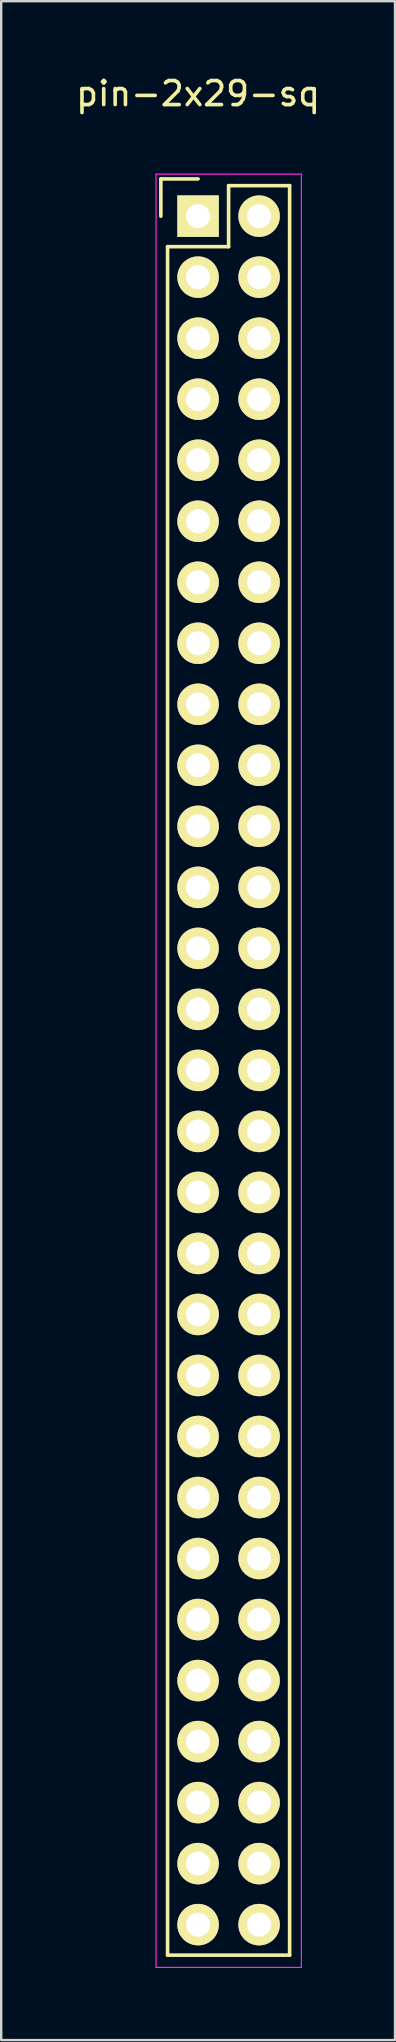
<source format=kicad_pcb>
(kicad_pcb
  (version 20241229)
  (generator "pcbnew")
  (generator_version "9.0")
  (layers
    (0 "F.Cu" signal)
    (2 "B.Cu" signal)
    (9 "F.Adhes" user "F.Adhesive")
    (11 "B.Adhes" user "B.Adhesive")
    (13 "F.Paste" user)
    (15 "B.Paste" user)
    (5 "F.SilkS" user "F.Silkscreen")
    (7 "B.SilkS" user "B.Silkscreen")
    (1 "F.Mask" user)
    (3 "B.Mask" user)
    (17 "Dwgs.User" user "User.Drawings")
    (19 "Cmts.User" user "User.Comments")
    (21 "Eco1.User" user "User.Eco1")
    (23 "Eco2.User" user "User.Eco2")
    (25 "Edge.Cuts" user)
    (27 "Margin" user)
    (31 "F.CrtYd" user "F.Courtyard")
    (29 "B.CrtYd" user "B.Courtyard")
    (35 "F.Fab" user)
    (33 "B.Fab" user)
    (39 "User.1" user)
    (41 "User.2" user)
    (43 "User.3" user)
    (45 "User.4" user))
  (footprint "pin-2x29-sq"
    (layer "F.Cu")
    (at 5.196 5.948)
    (property "Reference" "pin-2x29-sq" (at 0 -5.1 0) (layer "F.SilkS") (effects (font (size 1 1) (thickness 0.15))))
    (attr through_hole)
    (fp_line (start -1.55 -1.55) (end -1.55 0) (stroke (width 0.15) (type solid)) (layer "F.SilkS"))
    (fp_line (start -1.27 1.27) (end -1.27 72.39) (stroke (width 0.15) (type solid)) (layer "F.SilkS"))
    (fp_line (start 0 -1.55) (end -1.55 -1.55) (stroke (width 0.15) (type solid)) (layer "F.SilkS"))
    (fp_line (start 1.27 -1.27) (end 1.27 1.27) (stroke (width 0.15) (type solid)) (layer "F.SilkS"))
    (fp_line (start 1.27 1.27) (end -1.27 1.27) (stroke (width 0.15) (type solid)) (layer "F.SilkS"))
    (fp_line (start 3.81 -1.27) (end 1.27 -1.27) (stroke (width 0.15) (type solid)) (layer "F.SilkS"))
    (fp_line (start 3.81 72.39) (end -1.27 72.39) (stroke (width 0.15) (type solid)) (layer "F.SilkS"))
    (fp_line (start 3.81 72.39) (end 3.81 -1.27) (stroke (width 0.15) (type solid)) (layer "F.SilkS"))
    (fp_line (start -1.75 -1.75) (end -1.75 72.9) (stroke (width 0.05) (type solid)) (layer "F.CrtYd"))
    (fp_line (start -1.75 -1.75) (end 4.3 -1.75) (stroke (width 0.05) (type solid)) (layer "F.CrtYd"))
    (fp_line (start -1.75 72.9) (end 4.3 72.9) (stroke (width 0.05) (type solid)) (layer "F.CrtYd"))
    (fp_line (start 4.3 -1.75) (end 4.3 72.9) (stroke (width 0.05) (type solid)) (layer "F.CrtYd"))
    (pad "1" thru_hole rect (at 0 0) (size 1.727 1.727) (drill 1) (layers "*.Cu" "*.Mask" "F.SilkS"))
    (pad "2" thru_hole oval (at 2.54 0) (size 1.727 1.727) (drill 1) (layers "*.Cu" "*.Mask" "F.SilkS"))
    (pad "3" thru_hole oval (at 0 2.54) (size 1.727 1.727) (drill 1) (layers "*.Cu" "*.Mask" "F.SilkS"))
    (pad "4" thru_hole oval (at 2.54 2.54) (size 1.727 1.727) (drill 1) (layers "*.Cu" "*.Mask" "F.SilkS"))
    (pad "5" thru_hole oval (at 0 5.08) (size 1.727 1.727) (drill 1) (layers "*.Cu" "*.Mask" "F.SilkS"))
    (pad "6" thru_hole oval (at 2.54 5.08) (size 1.727 1.727) (drill 1) (layers "*.Cu" "*.Mask" "F.SilkS"))
    (pad "7" thru_hole oval (at 0 7.62) (size 1.727 1.727) (drill 1) (layers "*.Cu" "*.Mask" "F.SilkS"))
    (pad "8" thru_hole oval (at 2.54 7.62) (size 1.727 1.727) (drill 1) (layers "*.Cu" "*.Mask" "F.SilkS"))
    (pad "9" thru_hole oval (at 0 10.16) (size 1.727 1.727) (drill 1) (layers "*.Cu" "*.Mask" "F.SilkS"))
    (pad "10" thru_hole oval (at 2.54 10.16) (size 1.727 1.727) (drill 1) (layers "*.Cu" "*.Mask" "F.SilkS"))
    (pad "11" thru_hole oval (at 0 12.7) (size 1.727 1.727) (drill 1) (layers "*.Cu" "*.Mask" "F.SilkS"))
    (pad "12" thru_hole oval (at 2.54 12.7) (size 1.727 1.727) (drill 1) (layers "*.Cu" "*.Mask" "F.SilkS"))
    (pad "13" thru_hole oval (at 0 15.24) (size 1.727 1.727) (drill 1) (layers "*.Cu" "*.Mask" "F.SilkS"))
    (pad "14" thru_hole oval (at 2.54 15.24) (size 1.727 1.727) (drill 1) (layers "*.Cu" "*.Mask" "F.SilkS"))
    (pad "15" thru_hole oval (at 0 17.78) (size 1.727 1.727) (drill 1) (layers "*.Cu" "*.Mask" "F.SilkS"))
    (pad "16" thru_hole oval (at 2.54 17.78) (size 1.727 1.727) (drill 1) (layers "*.Cu" "*.Mask" "F.SilkS"))
    (pad "17" thru_hole oval (at 0 20.32) (size 1.727 1.727) (drill 1) (layers "*.Cu" "*.Mask" "F.SilkS"))
    (pad "18" thru_hole oval (at 2.54 20.32) (size 1.727 1.727) (drill 1) (layers "*.Cu" "*.Mask" "F.SilkS"))
    (pad "19" thru_hole oval (at 0 22.86) (size 1.727 1.727) (drill 1) (layers "*.Cu" "*.Mask" "F.SilkS"))
    (pad "20" thru_hole oval (at 2.54 22.86) (size 1.727 1.727) (drill 1) (layers "*.Cu" "*.Mask" "F.SilkS"))
    (pad "21" thru_hole oval (at 0 25.4) (size 1.727 1.727) (drill 1) (layers "*.Cu" "*.Mask" "F.SilkS"))
    (pad "22" thru_hole oval (at 2.54 25.4) (size 1.727 1.727) (drill 1) (layers "*.Cu" "*.Mask" "F.SilkS"))
    (pad "23" thru_hole oval (at 0 27.94) (size 1.727 1.727) (drill 1) (layers "*.Cu" "*.Mask" "F.SilkS"))
    (pad "24" thru_hole oval (at 2.54 27.94) (size 1.727 1.727) (drill 1) (layers "*.Cu" "*.Mask" "F.SilkS"))
    (pad "25" thru_hole oval (at 0 30.48) (size 1.727 1.727) (drill 1) (layers "*.Cu" "*.Mask" "F.SilkS"))
    (pad "26" thru_hole oval (at 2.54 30.48) (size 1.727 1.727) (drill 1) (layers "*.Cu" "*.Mask" "F.SilkS"))
    (pad "27" thru_hole oval (at 0 33.02) (size 1.727 1.727) (drill 1) (layers "*.Cu" "*.Mask" "F.SilkS"))
    (pad "28" thru_hole oval (at 2.54 33.02) (size 1.727 1.727) (drill 1) (layers "*.Cu" "*.Mask" "F.SilkS"))
    (pad "29" thru_hole oval (at 0 35.56) (size 1.727 1.727) (drill 1) (layers "*.Cu" "*.Mask" "F.SilkS"))
    (pad "30" thru_hole oval (at 2.54 35.56) (size 1.727 1.727) (drill 1) (layers "*.Cu" "*.Mask" "F.SilkS"))
    (pad "31" thru_hole oval (at 0 38.1) (size 1.727 1.727) (drill 1) (layers "*.Cu" "*.Mask" "F.SilkS"))
    (pad "32" thru_hole oval (at 2.54 38.1) (size 1.727 1.727) (drill 1) (layers "*.Cu" "*.Mask" "F.SilkS"))
    (pad "33" thru_hole oval (at 0 40.64) (size 1.727 1.727) (drill 1) (layers "*.Cu" "*.Mask" "F.SilkS"))
    (pad "34" thru_hole oval (at 2.54 40.64) (size 1.727 1.727) (drill 1) (layers "*.Cu" "*.Mask" "F.SilkS"))
    (pad "35" thru_hole oval (at 0 43.18) (size 1.727 1.727) (drill 1) (layers "*.Cu" "*.Mask" "F.SilkS"))
    (pad "36" thru_hole oval (at 2.54 43.18) (size 1.727 1.727) (drill 1) (layers "*.Cu" "*.Mask" "F.SilkS"))
    (pad "37" thru_hole oval (at 0 45.72) (size 1.727 1.727) (drill 1) (layers "*.Cu" "*.Mask" "F.SilkS"))
    (pad "38" thru_hole oval (at 2.54 45.72) (size 1.727 1.727) (drill 1) (layers "*.Cu" "*.Mask" "F.SilkS"))
    (pad "39" thru_hole oval (at 0 48.26) (size 1.727 1.727) (drill 1) (layers "*.Cu" "*.Mask" "F.SilkS"))
    (pad "40" thru_hole oval (at 2.54 48.26) (size 1.727 1.727) (drill 1) (layers "*.Cu" "*.Mask" "F.SilkS"))
    (pad "41" thru_hole oval (at 0 50.8) (size 1.727 1.727) (drill 1) (layers "*.Cu" "*.Mask" "F.SilkS"))
    (pad "42" thru_hole oval (at 2.54 50.8) (size 1.727 1.727) (drill 1) (layers "*.Cu" "*.Mask" "F.SilkS"))
    (pad "43" thru_hole oval (at 0 53.34) (size 1.727 1.727) (drill 1) (layers "*.Cu" "*.Mask" "F.SilkS"))
    (pad "44" thru_hole oval (at 2.54 53.34) (size 1.727 1.727) (drill 1) (layers "*.Cu" "*.Mask" "F.SilkS"))
    (pad "45" thru_hole oval (at 0 55.88) (size 1.727 1.727) (drill 1) (layers "*.Cu" "*.Mask" "F.SilkS"))
    (pad "46" thru_hole oval (at 2.54 55.88) (size 1.727 1.727) (drill 1) (layers "*.Cu" "*.Mask" "F.SilkS"))
    (pad "47" thru_hole oval (at 0 58.42) (size 1.727 1.727) (drill 1) (layers "*.Cu" "*.Mask" "F.SilkS"))
    (pad "48" thru_hole oval (at 2.54 58.42) (size 1.727 1.727) (drill 1) (layers "*.Cu" "*.Mask" "F.SilkS"))
    (pad "49" thru_hole oval (at 0 60.96) (size 1.727 1.727) (drill 1) (layers "*.Cu" "*.Mask" "F.SilkS"))
    (pad "50" thru_hole oval (at 2.54 60.96) (size 1.727 1.727) (drill 1) (layers "*.Cu" "*.Mask" "F.SilkS"))
    (pad "51" thru_hole oval (at 0 63.5) (size 1.727 1.727) (drill 1) (layers "*.Cu" "*.Mask" "F.SilkS"))
    (pad "52" thru_hole oval (at 2.54 63.5) (size 1.727 1.727) (drill 1) (layers "*.Cu" "*.Mask" "F.SilkS"))
    (pad "53" thru_hole oval (at 0 66.04) (size 1.727 1.727) (drill 1) (layers "*.Cu" "*.Mask" "F.SilkS"))
    (pad "54" thru_hole oval (at 2.54 66.04) (size 1.727 1.727) (drill 1) (layers "*.Cu" "*.Mask" "F.SilkS"))
    (pad "55" thru_hole oval (at 0 68.58) (size 1.727 1.727) (drill 1) (layers "*.Cu" "*.Mask" "F.SilkS"))
    (pad "56" thru_hole oval (at 2.54 68.58) (size 1.727 1.727) (drill 1) (layers "*.Cu" "*.Mask" "F.SilkS"))
    (pad "57" thru_hole oval (at 0 71.12) (size 1.727 1.727) (drill 1) (layers "*.Cu" "*.Mask" "F.SilkS"))
    (pad "58" thru_hole oval (at 2.54 71.12) (size 1.727 1.727) (drill 1) (layers "*.Cu" "*.Mask" "F.SilkS")))
  (gr_rect
    (start -3 -3)
    (end 13.393 81.873)
    (stroke (width 0.1) (type default))
    (fill no)
    (layer "Edge.Cuts")))
</source>
